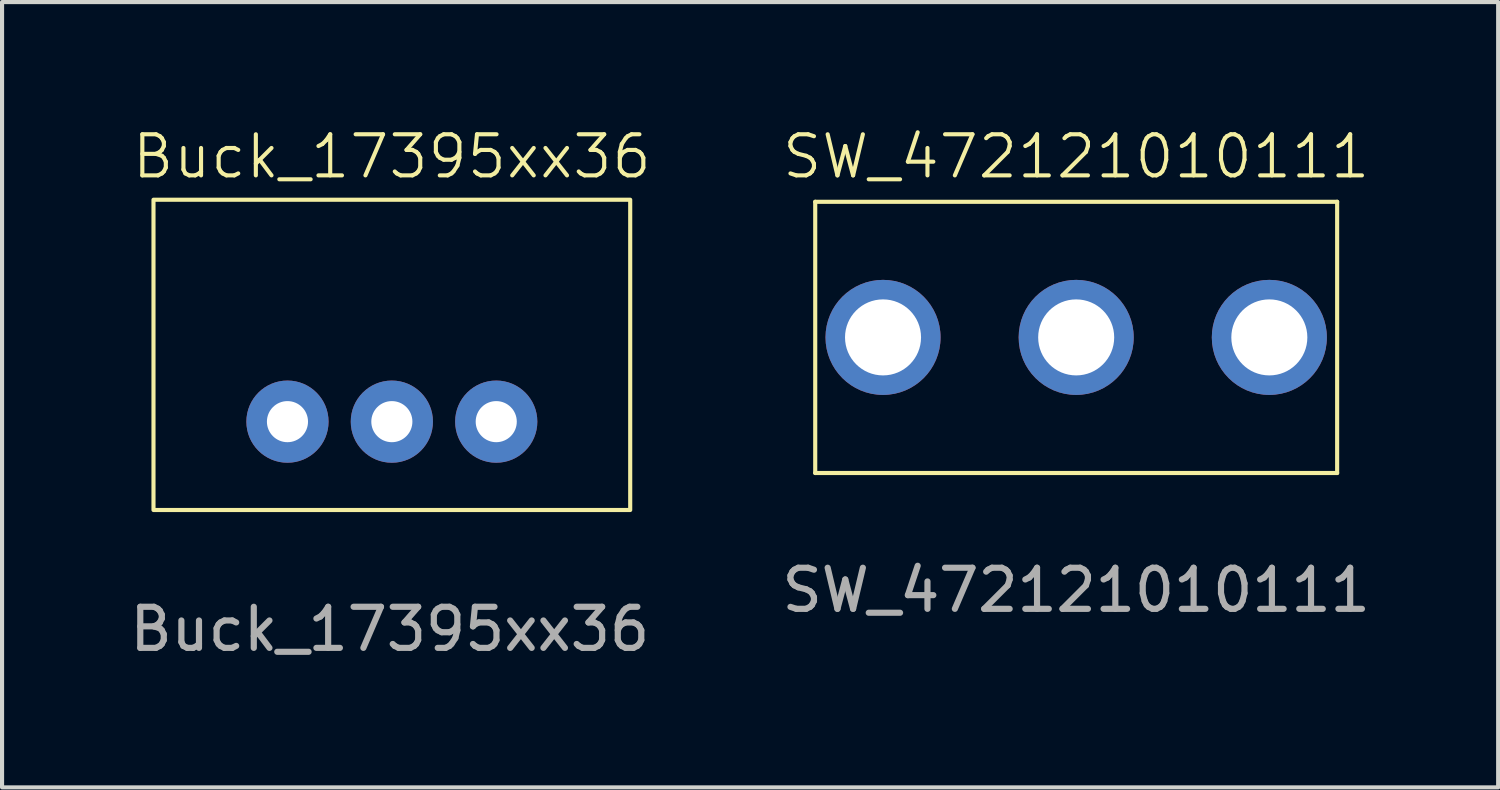
<source format=kicad_pcb>
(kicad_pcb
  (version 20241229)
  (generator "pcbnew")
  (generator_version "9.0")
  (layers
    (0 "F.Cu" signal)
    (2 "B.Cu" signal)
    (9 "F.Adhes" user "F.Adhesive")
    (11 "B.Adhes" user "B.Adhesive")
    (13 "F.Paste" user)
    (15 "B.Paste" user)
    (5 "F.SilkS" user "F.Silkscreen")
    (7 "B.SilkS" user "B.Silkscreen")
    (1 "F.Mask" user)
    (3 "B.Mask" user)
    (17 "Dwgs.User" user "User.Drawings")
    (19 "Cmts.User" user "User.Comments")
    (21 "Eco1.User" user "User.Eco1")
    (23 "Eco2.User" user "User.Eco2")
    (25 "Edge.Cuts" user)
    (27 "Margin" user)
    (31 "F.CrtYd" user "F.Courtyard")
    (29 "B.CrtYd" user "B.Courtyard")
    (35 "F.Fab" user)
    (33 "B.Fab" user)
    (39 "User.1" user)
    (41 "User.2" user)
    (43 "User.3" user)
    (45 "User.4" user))
  (footprint "SW_472121010111"
    (layer "F.Cu")
    (at 23.137 5.16)
    (property "Reference" "SW_472121010111" (at 0 -4.4 0) (unlocked yes) (layer "F.SilkS") (effects (font (size 1 1) (thickness 0.1))))
    (attr through_hole)
    (fp_line (start -6.35 -3.3) (end 6.35 -3.3) (stroke (width 0.1) (type default)) (layer "F.SilkS"))
    (fp_line (start -6.35 3.3) (end -6.35 -3.3) (stroke (width 0.1) (type default)) (layer "F.SilkS"))
    (fp_line (start 6.35 -3.3) (end 6.35 3.3) (stroke (width 0.1) (type default)) (layer "F.SilkS"))
    (fp_line (start 6.35 3.3) (end -6.35 3.3) (stroke (width 0.1) (type default)) (layer "F.SilkS"))
    (fp_text user "${REFERENCE}" (at 0 6.15 0) (unlocked yes) (layer "F.Fab") (effects (font (size 1 1) (thickness 0.15))))
    (pad "1" thru_hole circle (at 4.7 0) (size 2.8 2.8) (drill 1.85) (layers "*.Cu" "*.Mask"))
    (pad "2" thru_hole circle (at 0 0) (size 2.8 2.8) (drill 1.85) (layers "*.Cu" "*.Mask"))
    (pad "3" thru_hole circle (at -4.7 0) (size 2.8 2.8) (drill 1.85) (layers "*.Cu" "*.Mask")))
  (footprint "Buck_17395xx36"
    (layer "F.Cu")
    (at 6.485 7.21)
    (property "Reference" "Buck_17395xx36" (at 0 -6.45 0) (unlocked yes) (layer "F.SilkS") (effects (font (size 1 1) (thickness 0.1))))
    (attr smd)
    (fp_rect (start -5.8 -5.4) (end 5.8 2.15) (stroke (width 0.1) (type default)) (fill no) (layer "F.SilkS"))
    (fp_text user "${REFERENCE}" (at -0.05 5.05 0) (unlocked yes) (layer "F.Fab") (effects (font (size 1 1) (thickness 0.15))))
    (pad "1" thru_hole circle (at -2.54 0) (size 2 2) (drill 1) (layers "*.Cu" "*.Mask"))
    (pad "2" thru_hole circle (at 0 0) (size 2 2) (drill 1) (layers "*.Cu" "*.Mask"))
    (pad "3" thru_hole circle (at 2.54 0) (size 2 2) (drill 1) (layers "*.Cu" "*.Mask")))
  (gr_rect
    (start -3 -3)
    (end 33.405 16.109)
    (stroke (width 0.1) (type default))
    (fill no)
    (layer "Edge.Cuts")))
</source>
